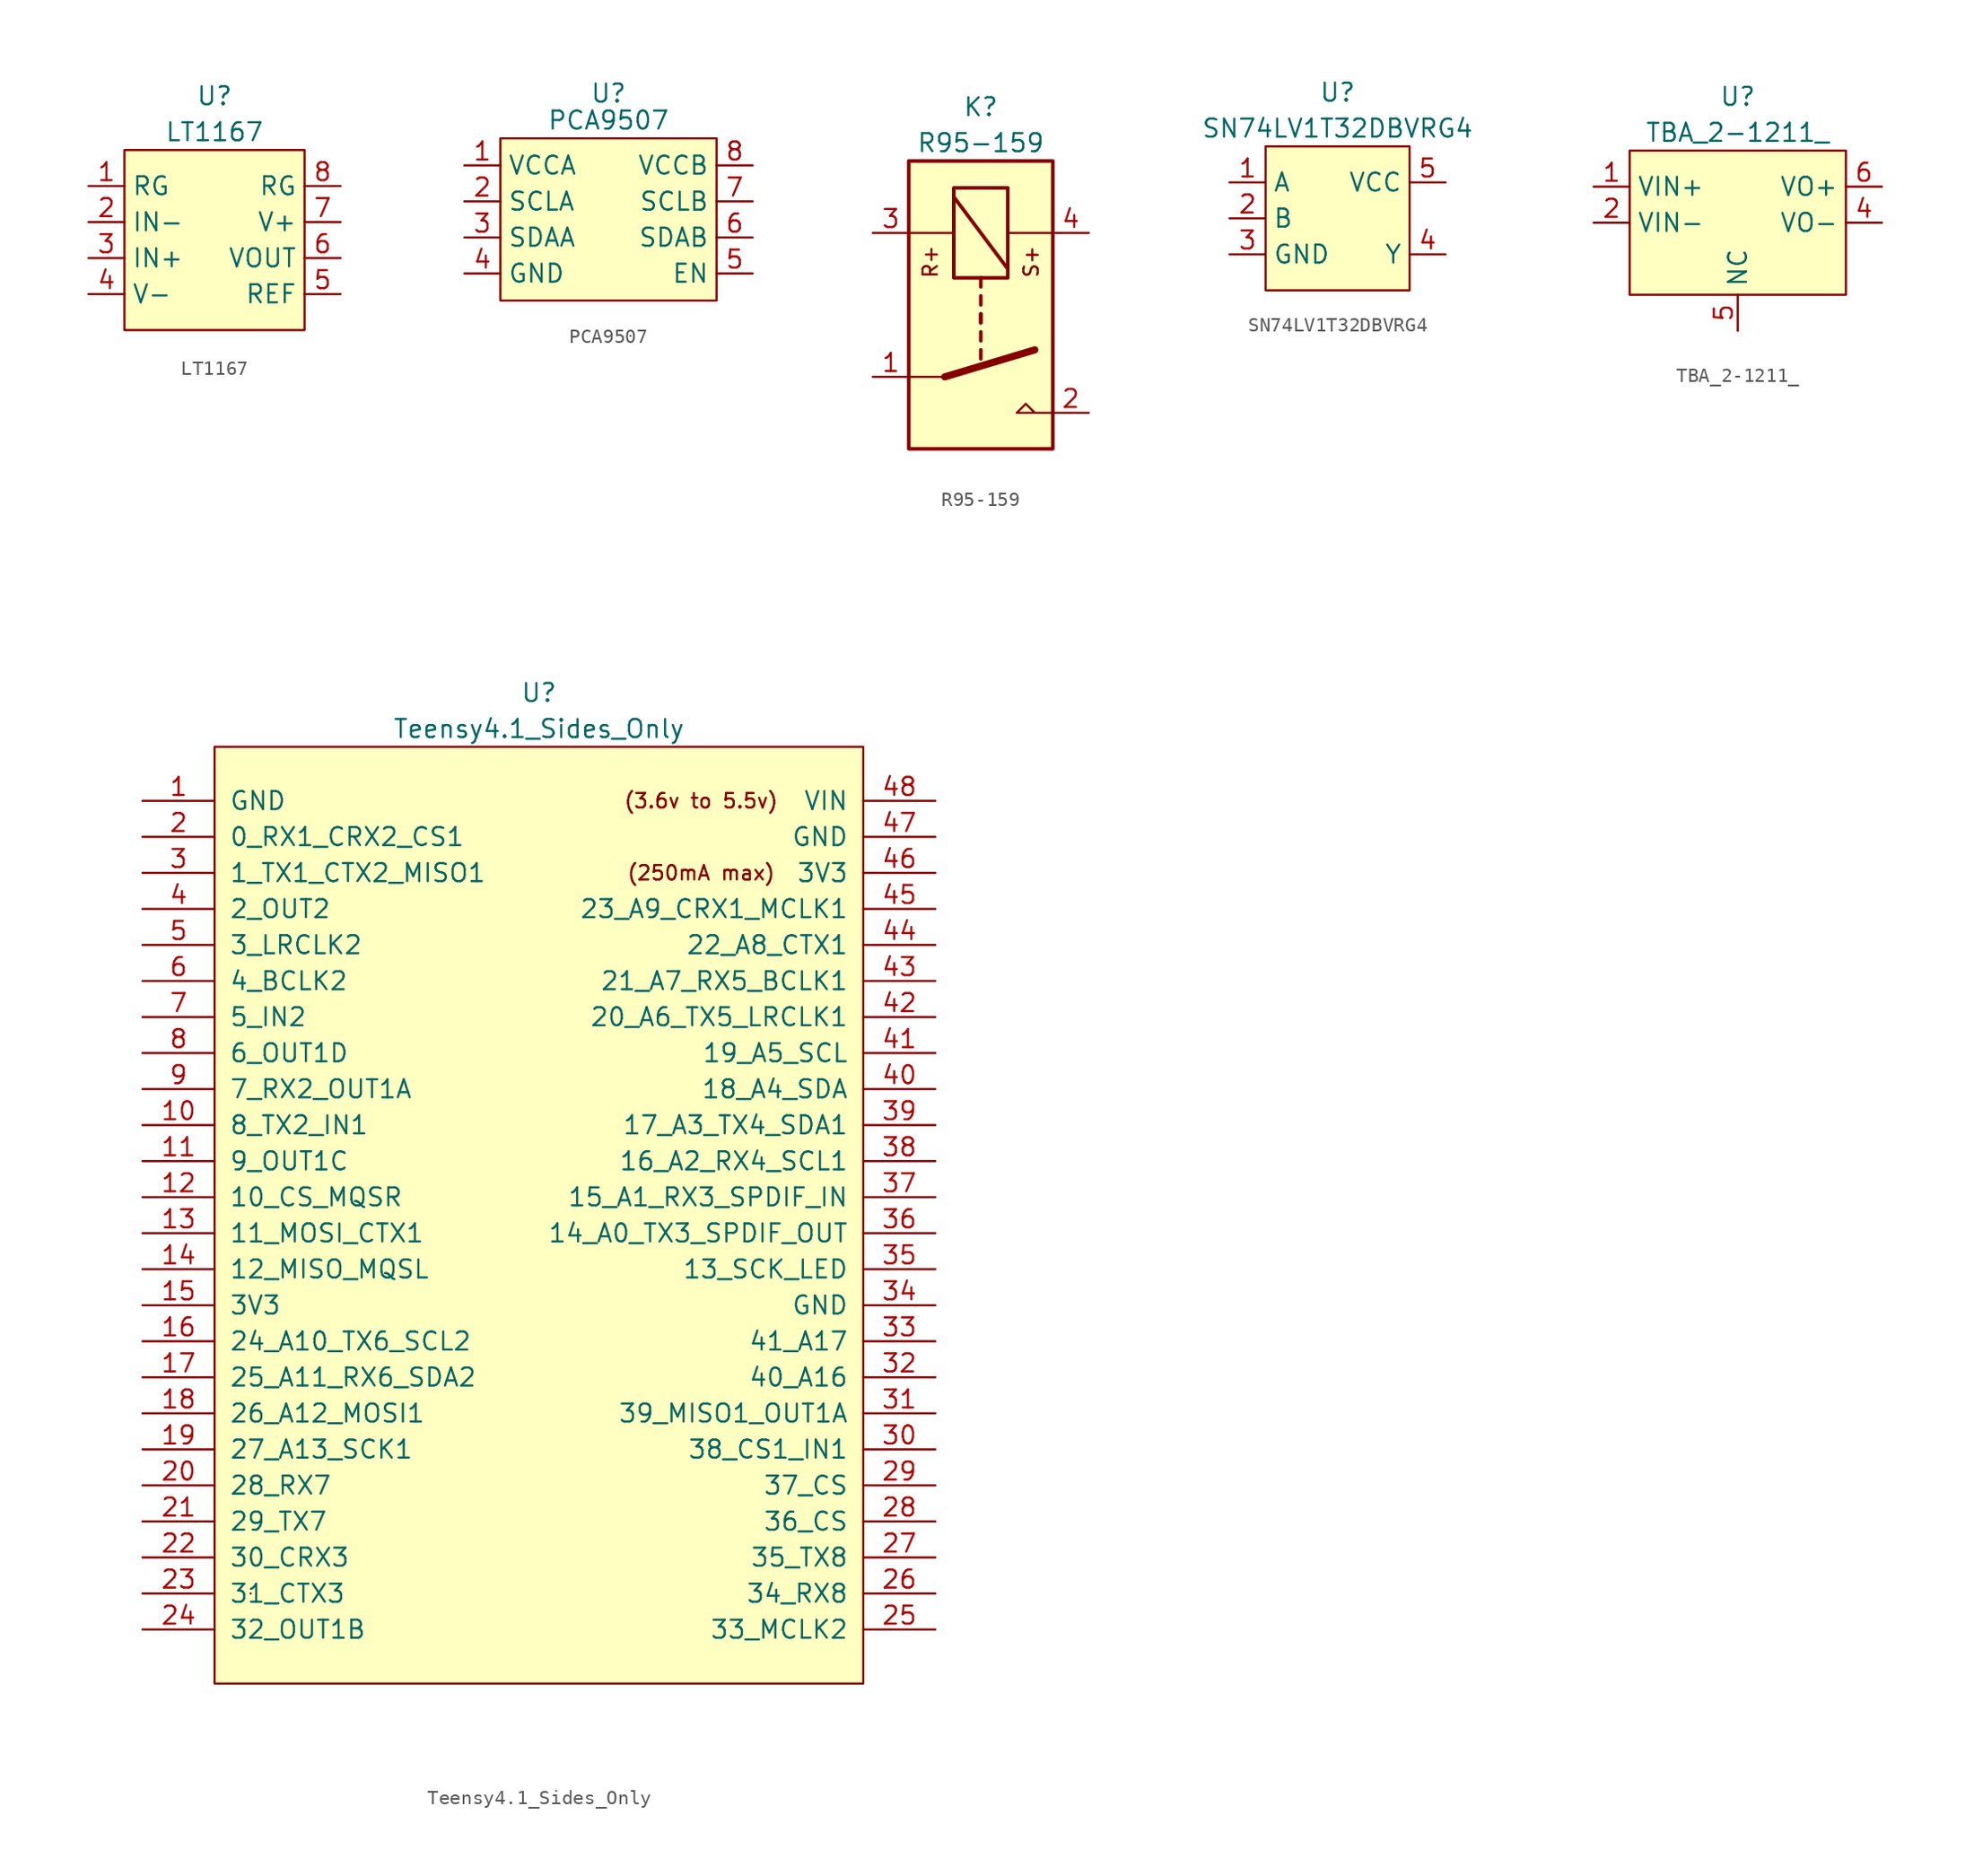
<source format=kicad_sym>
(kicad_symbol_lib
  (version 20211014)
  (generator kicad_symbol_editor)
  (symbol "LT1167"
    (property "Reference" "U"
      (at 0 6.35 0)
      (effects (font (size 1.27 1.27))))
    (property "Value" "LT1167"
      (at 0 3.81 0)
      (effects (font (size 1.27 1.27))))
    (symbol "LT1167_0_1"
      (rectangle (start -6.35 2.54) (end 6.35 -10.16) (stroke (width 0) (type default) (color 0 0 0 0)) (fill (type background))))
    (symbol "LT1167_1_1"
      (pin input line (at -8.89 0 0) (length 2.54) (name "RG" (effects (font (size 1.27 1.27)))) (number "1" (effects (font (size 1.27 1.27)))))
      (pin input line (at -8.89 -2.54 0) (length 2.54) (name "IN-" (effects (font (size 1.27 1.27)))) (number "2" (effects (font (size 1.27 1.27)))))
      (pin input line (at -8.89 -5.08 0) (length 2.54) (name "IN+" (effects (font (size 1.27 1.27)))) (number "3" (effects (font (size 1.27 1.27)))))
      (pin input line (at -8.89 -7.62 0) (length 2.54) (name "V-" (effects (font (size 1.27 1.27)))) (number "4" (effects (font (size 1.27 1.27)))))
      (pin input line (at 8.89 -7.62 180) (length 2.54) (name "REF" (effects (font (size 1.27 1.27)))) (number "5" (effects (font (size 1.27 1.27)))))
      (pin input line (at 8.89 -5.08 180) (length 2.54) (name "VOUT" (effects (font (size 1.27 1.27)))) (number "6" (effects (font (size 1.27 1.27)))))
      (pin input line (at 8.89 -2.54 180) (length 2.54) (name "V+" (effects (font (size 1.27 1.27)))) (number "7" (effects (font (size 1.27 1.27)))))
      (pin input line (at 8.89 0 180) (length 2.54) (name "RG" (effects (font (size 1.27 1.27)))) (number "8" (effects (font (size 1.27 1.27)))))))
  (symbol "PCA9507"
    (property "Reference" "U"
      (at 0 8.89 0)
      (effects (font (size 1.27 1.27))))
    (property "Value" "PCA9507"
      (at 0 6.985 0)
      (effects (font (size 1.27 1.27))))
    (symbol "PCA9507_0_1"
      (rectangle (start -7.62 5.715) (end 7.62 -5.715) (stroke (width 0) (type default) (color 0 0 0 0)) (fill (type background))))
    (symbol "PCA9507_1_1"
      (pin input line (at -10.16 3.81 0) (length 2.54) (name "VCCA" (effects (font (size 1.27 1.27)))) (number "1" (effects (font (size 1.27 1.27)))))
      (pin input line (at -10.16 1.27 0) (length 2.54) (name "SCLA" (effects (font (size 1.27 1.27)))) (number "2" (effects (font (size 1.27 1.27)))))
      (pin input line (at -10.16 -1.27 0) (length 2.54) (name "SDAA" (effects (font (size 1.27 1.27)))) (number "3" (effects (font (size 1.27 1.27)))))
      (pin input line (at -10.16 -3.81 0) (length 2.54) (name "GND" (effects (font (size 1.27 1.27)))) (number "4" (effects (font (size 1.27 1.27)))))
      (pin input line (at 10.16 -3.81 180) (length 2.54) (name "EN" (effects (font (size 1.27 1.27)))) (number "5" (effects (font (size 1.27 1.27)))))
      (pin input line (at 10.16 -1.27 180) (length 2.54) (name "SDAB" (effects (font (size 1.27 1.27)))) (number "6" (effects (font (size 1.27 1.27)))))
      (pin input line (at 10.16 1.27 180) (length 2.54) (name "SCLB" (effects (font (size 1.27 1.27)))) (number "7" (effects (font (size 1.27 1.27)))))
      (pin input line (at 10.16 3.81 180) (length 2.54) (name "VCCB" (effects (font (size 1.27 1.27)))) (number "8" (effects (font (size 1.27 1.27)))))))
  (symbol "R95-159"
    (property "Reference" "K"
      (at 0 13.97 0)
      (effects (font (size 1.27 1.27))))
    (property "Value" "R95-159"
      (at 0 11.43 0)
      (effects (font (size 1.27 1.27))))
    (symbol "R95-159_1_1"
      (polyline (pts (xy -5.08 5.08) (xy -1.905 5.08)) (stroke (width 0) (type default) (color 0 0 0 0)) (fill (type none)))
      (polyline (pts (xy -2.54 -5.08) (xy -5.08 -5.08)) (stroke (width 0) (type default) (color 0 0 0 0)) (fill (type none)))
      (polyline (pts (xy -2.54 -5.08) (xy 3.81 -3.175)) (stroke (width 0.508) (type default) (color 0 0 0 0)) (fill (type none)))
      (polyline (pts (xy -1.905 7.62) (xy 1.905 2.54)) (stroke (width 0.254) (type default) (color 0 0 0 0)) (fill (type none)))
      (polyline (pts (xy 0 -3.175) (xy 0 -3.81)) (stroke (width 0.254) (type default) (color 0 0 0 0)) (fill (type none)))
      (polyline (pts (xy 0 -1.905) (xy 0 -2.54)) (stroke (width 0.254) (type default) (color 0 0 0 0)) (fill (type none)))
      (polyline (pts (xy 0 -0.635) (xy 0 -1.27)) (stroke (width 0.254) (type default) (color 0 0 0 0)) (fill (type none)))
      (polyline (pts (xy 0 -0.635) (xy 0 -1.27)) (stroke (width 0.254) (type default) (color 0 0 0 0)) (fill (type none)))
      (polyline (pts (xy 0 0.635) (xy 0 0)) (stroke (width 0.254) (type default) (color 0 0 0 0)) (fill (type none)))
      (polyline (pts (xy 0 1.905) (xy 0 1.27)) (stroke (width 0.254) (type default) (color 0 0 0 0)) (fill (type none)))
      (polyline (pts (xy 3.81 -7.62) (xy 5.08 -7.62)) (stroke (width 0) (type default) (color 0 0 0 0)) (fill (type none)))
      (polyline (pts (xy 5.08 5.08) (xy 1.905 5.08)) (stroke (width 0) (type default) (color 0 0 0 0)) (fill (type none)))
      (polyline (pts (xy 3.81 -7.62) (xy 2.54 -7.62) (xy 3.175 -6.985) (xy 3.81 -7.62)) (stroke (width 0) (type default) (color 0 0 0 0)) (fill (type none)))
      (rectangle (start 1.905 8.255) (end -1.905 1.905) (stroke (width 0.254) (type default) (color 0 0 0 0)) (fill (type none)))
      (rectangle (start 5.08 10.16) (end -5.08 -10.16) (stroke (width 0.254) (type default) (color 0 0 0 0)) (fill (type background)))
      (text "R+" (at -3.556 3.048 900) (effects (font (size 1.016 1.016))))
      (text "S+" (at 3.556 3.048 900) (effects (font (size 1.016 1.016))))
      (pin passive line (at -7.62 -5.08 0) (length 2.54) (name "~" (effects (font (size 1.27 1.27)))) (number "1" (effects (font (size 1.27 1.27)))))
      (pin passive line (at 7.62 -7.62 180) (length 2.54) (name "~" (effects (font (size 1.27 1.27)))) (number "2" (effects (font (size 1.27 1.27)))))
      (pin passive line (at -7.62 5.08 0) (length 2.54) (name "~" (effects (font (size 1.27 1.27)))) (number "3" (effects (font (size 1.27 1.27)))))
      (pin passive line (at 7.62 5.08 180) (length 2.54) (name "~" (effects (font (size 1.27 1.27)))) (number "4" (effects (font (size 1.27 1.27)))))))
  (symbol "SN74LV1T32DBVRG4"
    (property "Reference" "U"
      (at 0 8.89 0)
      (effects (font (size 1.27 1.27))))
    (property "Value" "SN74LV1T32DBVRG4"
      (at 0 6.35 0)
      (effects (font (size 1.27 1.27))))
    (symbol "SN74LV1T32DBVRG4_0_1"
      (rectangle (start -5.08 5.08) (end 5.08 -5.08) (stroke (width 0) (type default) (color 0 0 0 0)) (fill (type background))))
    (symbol "SN74LV1T32DBVRG4_1_1"
      (pin input line (at -7.62 2.54 0) (length 2.54) (name "A" (effects (font (size 1.27 1.27)))) (number "1" (effects (font (size 1.27 1.27)))))
      (pin input line (at -7.62 0 0) (length 2.54) (name "B" (effects (font (size 1.27 1.27)))) (number "2" (effects (font (size 1.27 1.27)))))
      (pin input line (at -7.62 -2.54 0) (length 2.54) (name "GND" (effects (font (size 1.27 1.27)))) (number "3" (effects (font (size 1.27 1.27)))))
      (pin input line (at 7.62 -2.54 180) (length 2.54) (name "Y" (effects (font (size 1.27 1.27)))) (number "4" (effects (font (size 1.27 1.27)))))
      (pin input line (at 7.62 2.54 180) (length 2.54) (name "VCC" (effects (font (size 1.27 1.27)))) (number "5" (effects (font (size 1.27 1.27)))))))
  (symbol "TBA_2-1211_"
    (property "Reference" "U"
      (at 0 8.89 0)
      (effects (font (size 1.27 1.27))))
    (property "Value" "TBA_2-1211_"
      (at 0 6.35 0)
      (effects (font (size 1.27 1.27))))
    (symbol "TBA_2-1211__0_1"
      (rectangle (start -7.62 5.08) (end 7.62 -5.08) (stroke (width 0) (type default) (color 0 0 0 0)) (fill (type background))))
    (symbol "TBA_2-1211__1_1"
      (pin input line (at -10.16 2.54 0) (length 2.54) (name "VIN+" (effects (font (size 1.27 1.27)))) (number "1" (effects (font (size 1.27 1.27)))))
      (pin input line (at -10.16 0 0) (length 2.54) (name "VIN-" (effects (font (size 1.27 1.27)))) (number "2" (effects (font (size 1.27 1.27)))))
      (pin input line (at 10.16 0 180) (length 2.54) (name "VO-" (effects (font (size 1.27 1.27)))) (number "4" (effects (font (size 1.27 1.27)))))
      (pin input line (at 0 -7.62 90) (length 2.54) (name "NC" (effects (font (size 1.27 1.27)))) (number "5" (effects (font (size 1.27 1.27)))))
      (pin input line (at 10.16 2.54 180) (length 2.54) (name "VO+" (effects (font (size 1.27 1.27)))) (number "6" (effects (font (size 1.27 1.27)))))))
  (symbol "Teensy4.1_Sides_Only"
    (pin_names
      (offset 1.016))
    (property "Reference" "U"
      (at 0 62.23 0)
      (effects (font (size 1.27 1.27))))
    (property "Value" "Teensy4.1_Sides_Only"
      (at 0 59.69 0)
      (effects (font (size 1.27 1.27))))
    (symbol "Teensy4.1_Sides_Only_0_0"
      (text "(250mA max)" (at 11.43 49.53 0) (effects (font (size 1.016 1.016))))
      (text "(3.6v to 5.5v)" (at 11.43 54.61 0) (effects (font (size 1.016 1.016))))
      (pin bidirectional line (at -27.94 31.75 0) (length 5.08) (name "8_TX2_IN1" (effects (font (size 1.27 1.27)))) (number "10" (effects (font (size 1.27 1.27)))))
      (pin bidirectional line (at -27.94 29.21 0) (length 5.08) (name "9_OUT1C" (effects (font (size 1.27 1.27)))) (number "11" (effects (font (size 1.27 1.27)))))
      (pin bidirectional line (at -27.94 26.67 0) (length 5.08) (name "10_CS_MQSR" (effects (font (size 1.27 1.27)))) (number "12" (effects (font (size 1.27 1.27)))))
      (pin bidirectional line (at -27.94 24.13 0) (length 5.08) (name "11_MOSI_CTX1" (effects (font (size 1.27 1.27)))) (number "13" (effects (font (size 1.27 1.27)))))
      (pin bidirectional line (at -27.94 21.59 0) (length 5.08) (name "12_MISO_MQSL" (effects (font (size 1.27 1.27)))) (number "14" (effects (font (size 1.27 1.27)))))
      (pin power_in line (at -27.94 19.05 0) (length 5.08) (name "3V3" (effects (font (size 1.27 1.27)))) (number "15" (effects (font (size 1.27 1.27)))))
      (pin bidirectional line (at -27.94 16.51 0) (length 5.08) (name "24_A10_TX6_SCL2" (effects (font (size 1.27 1.27)))) (number "16" (effects (font (size 1.27 1.27)))))
      (pin bidirectional line (at -27.94 13.97 0) (length 5.08) (name "25_A11_RX6_SDA2" (effects (font (size 1.27 1.27)))) (number "17" (effects (font (size 1.27 1.27)))))
      (pin bidirectional line (at -27.94 11.43 0) (length 5.08) (name "26_A12_MOSI1" (effects (font (size 1.27 1.27)))) (number "18" (effects (font (size 1.27 1.27)))))
      (pin bidirectional line (at -27.94 8.89 0) (length 5.08) (name "27_A13_SCK1" (effects (font (size 1.27 1.27)))) (number "19" (effects (font (size 1.27 1.27)))))
      (pin bidirectional line (at -27.94 6.35 0) (length 5.08) (name "28_RX7" (effects (font (size 1.27 1.27)))) (number "20" (effects (font (size 1.27 1.27)))))
      (pin bidirectional line (at -27.94 3.81 0) (length 5.08) (name "29_TX7" (effects (font (size 1.27 1.27)))) (number "21" (effects (font (size 1.27 1.27)))))
      (pin bidirectional line (at -27.94 1.27 0) (length 5.08) (name "30_CRX3" (effects (font (size 1.27 1.27)))) (number "22" (effects (font (size 1.27 1.27)))))
      (pin bidirectional line (at -27.94 -1.27 0) (length 5.08) (name "31_CTX3" (effects (font (size 1.27 1.27)))) (number "23" (effects (font (size 1.27 1.27)))))
      (pin bidirectional line (at -27.94 -3.81 0) (length 5.08) (name "32_OUT1B" (effects (font (size 1.27 1.27)))) (number "24" (effects (font (size 1.27 1.27)))))
      (pin bidirectional line (at 27.94 -3.81 180) (length 5.08) (name "33_MCLK2" (effects (font (size 1.27 1.27)))) (number "25" (effects (font (size 1.27 1.27)))))
      (pin bidirectional line (at 27.94 -1.27 180) (length 5.08) (name "34_RX8" (effects (font (size 1.27 1.27)))) (number "26" (effects (font (size 1.27 1.27)))))
      (pin bidirectional line (at 27.94 1.27 180) (length 5.08) (name "35_TX8" (effects (font (size 1.27 1.27)))) (number "27" (effects (font (size 1.27 1.27)))))
      (pin bidirectional line (at 27.94 3.81 180) (length 5.08) (name "36_CS" (effects (font (size 1.27 1.27)))) (number "28" (effects (font (size 1.27 1.27)))))
      (pin bidirectional line (at 27.94 6.35 180) (length 5.08) (name "37_CS" (effects (font (size 1.27 1.27)))) (number "29" (effects (font (size 1.27 1.27)))))
      (pin bidirectional line (at 27.94 8.89 180) (length 5.08) (name "38_CS1_IN1" (effects (font (size 1.27 1.27)))) (number "30" (effects (font (size 1.27 1.27)))))
      (pin bidirectional line (at 27.94 11.43 180) (length 5.08) (name "39_MISO1_OUT1A" (effects (font (size 1.27 1.27)))) (number "31" (effects (font (size 1.27 1.27)))))
      (pin bidirectional line (at 27.94 13.97 180) (length 5.08) (name "40_A16" (effects (font (size 1.27 1.27)))) (number "32" (effects (font (size 1.27 1.27)))))
      (pin bidirectional line (at 27.94 16.51 180) (length 5.08) (name "41_A17" (effects (font (size 1.27 1.27)))) (number "33" (effects (font (size 1.27 1.27)))))
      (pin bidirectional line (at 27.94 21.59 180) (length 5.08) (name "13_SCK_LED" (effects (font (size 1.27 1.27)))) (number "35" (effects (font (size 1.27 1.27)))))
      (pin bidirectional line (at 27.94 24.13 180) (length 5.08) (name "14_A0_TX3_SPDIF_OUT" (effects (font (size 1.27 1.27)))) (number "36" (effects (font (size 1.27 1.27)))))
      (pin bidirectional line (at 27.94 26.67 180) (length 5.08) (name "15_A1_RX3_SPDIF_IN" (effects (font (size 1.27 1.27)))) (number "37" (effects (font (size 1.27 1.27)))))
      (pin bidirectional line (at 27.94 29.21 180) (length 5.08) (name "16_A2_RX4_SCL1" (effects (font (size 1.27 1.27)))) (number "38" (effects (font (size 1.27 1.27)))))
      (pin bidirectional line (at 27.94 31.75 180) (length 5.08) (name "17_A3_TX4_SDA1" (effects (font (size 1.27 1.27)))) (number "39" (effects (font (size 1.27 1.27)))))
      (pin bidirectional line (at 27.94 34.29 180) (length 5.08) (name "18_A4_SDA" (effects (font (size 1.27 1.27)))) (number "40" (effects (font (size 1.27 1.27)))))
      (pin bidirectional line (at 27.94 36.83 180) (length 5.08) (name "19_A5_SCL" (effects (font (size 1.27 1.27)))) (number "41" (effects (font (size 1.27 1.27)))))
      (pin bidirectional line (at 27.94 39.37 180) (length 5.08) (name "20_A6_TX5_LRCLK1" (effects (font (size 1.27 1.27)))) (number "42" (effects (font (size 1.27 1.27)))))
      (pin bidirectional line (at 27.94 41.91 180) (length 5.08) (name "21_A7_RX5_BCLK1" (effects (font (size 1.27 1.27)))) (number "43" (effects (font (size 1.27 1.27)))))
      (pin bidirectional line (at 27.94 44.45 180) (length 5.08) (name "22_A8_CTX1" (effects (font (size 1.27 1.27)))) (number "44" (effects (font (size 1.27 1.27)))))
      (pin bidirectional line (at 27.94 46.99 180) (length 5.08) (name "23_A9_CRX1_MCLK1" (effects (font (size 1.27 1.27)))) (number "45" (effects (font (size 1.27 1.27)))))
      (pin output line (at 27.94 49.53 180) (length 5.08) (name "3V3" (effects (font (size 1.27 1.27)))) (number "46" (effects (font (size 1.27 1.27)))))
      (pin output line (at 27.94 52.07 180) (length 5.08) (name "GND" (effects (font (size 1.27 1.27)))) (number "47" (effects (font (size 1.27 1.27)))))
      (pin power_in line (at 27.94 54.61 180) (length 5.08) (name "VIN" (effects (font (size 1.27 1.27)))) (number "48" (effects (font (size 1.27 1.27)))))
      (pin bidirectional line (at -27.94 44.45 0) (length 5.08) (name "3_LRCLK2" (effects (font (size 1.27 1.27)))) (number "5" (effects (font (size 1.27 1.27)))))
      (pin bidirectional line (at -27.94 41.91 0) (length 5.08) (name "4_BCLK2" (effects (font (size 1.27 1.27)))) (number "6" (effects (font (size 1.27 1.27)))))
      (pin bidirectional line (at -27.94 39.37 0) (length 5.08) (name "5_IN2" (effects (font (size 1.27 1.27)))) (number "7" (effects (font (size 1.27 1.27)))))
      (pin bidirectional line (at -27.94 36.83 0) (length 5.08) (name "6_OUT1D" (effects (font (size 1.27 1.27)))) (number "8" (effects (font (size 1.27 1.27)))))
      (pin bidirectional line (at -27.94 34.29 0) (length 5.08) (name "7_RX2_OUT1A" (effects (font (size 1.27 1.27)))) (number "9" (effects (font (size 1.27 1.27))))))
    (symbol "Teensy4.1_Sides_Only_0_1"
      (rectangle (start -22.86 58.42) (end 22.86 -7.62) (stroke (width 0) (type default) (color 0 0 0 0)) (fill (type background)))
      (rectangle (start -20.32 -1.27) (end -20.32 -1.27) (stroke (width 0) (type default) (color 0 0 0 0)) (fill (type none))))
    (symbol "Teensy4.1_Sides_Only_1_1"
      (pin power_in line (at -27.94 54.61 0) (length 5.08) (name "GND" (effects (font (size 1.27 1.27)))) (number "1" (effects (font (size 1.27 1.27)))))
      (pin bidirectional line (at -27.94 52.07 0) (length 5.08) (name "0_RX1_CRX2_CS1" (effects (font (size 1.27 1.27)))) (number "2" (effects (font (size 1.27 1.27)))))
      (pin bidirectional line (at -27.94 49.53 0) (length 5.08) (name "1_TX1_CTX2_MISO1" (effects (font (size 1.27 1.27)))) (number "3" (effects (font (size 1.27 1.27)))))
      (pin power_in line (at 27.94 19.05 180) (length 5.08) (name "GND" (effects (font (size 1.27 1.27)))) (number "34" (effects (font (size 1.27 1.27)))))
      (pin bidirectional line (at -27.94 46.99 0) (length 5.08) (name "2_OUT2" (effects (font (size 1.27 1.27)))) (number "4" (effects (font (size 1.27 1.27))))))))
</source>
